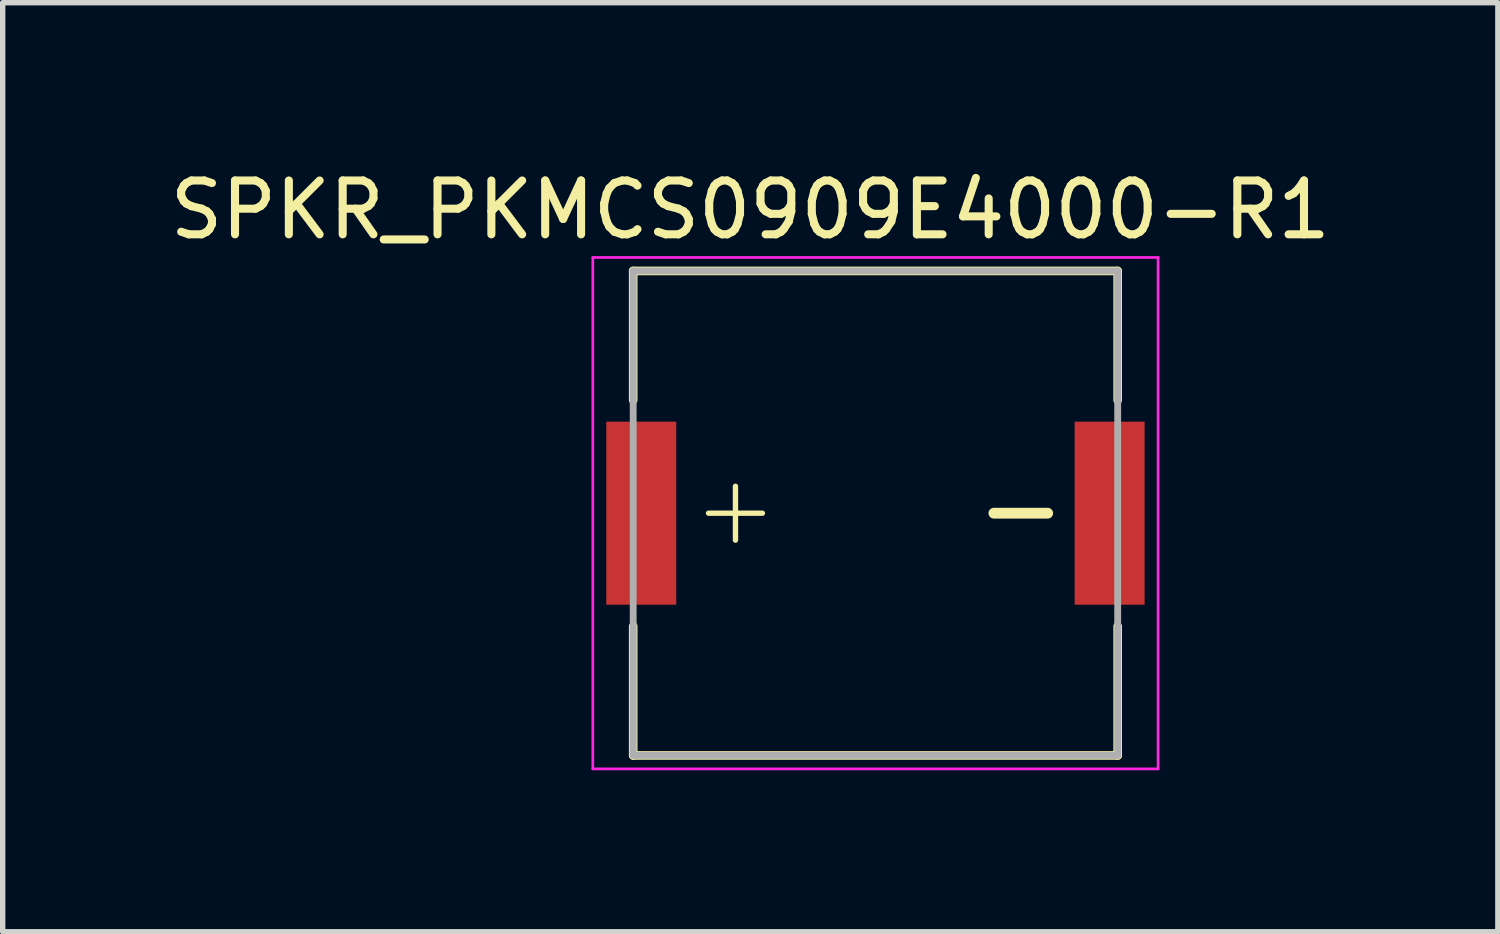
<source format=kicad_pcb>
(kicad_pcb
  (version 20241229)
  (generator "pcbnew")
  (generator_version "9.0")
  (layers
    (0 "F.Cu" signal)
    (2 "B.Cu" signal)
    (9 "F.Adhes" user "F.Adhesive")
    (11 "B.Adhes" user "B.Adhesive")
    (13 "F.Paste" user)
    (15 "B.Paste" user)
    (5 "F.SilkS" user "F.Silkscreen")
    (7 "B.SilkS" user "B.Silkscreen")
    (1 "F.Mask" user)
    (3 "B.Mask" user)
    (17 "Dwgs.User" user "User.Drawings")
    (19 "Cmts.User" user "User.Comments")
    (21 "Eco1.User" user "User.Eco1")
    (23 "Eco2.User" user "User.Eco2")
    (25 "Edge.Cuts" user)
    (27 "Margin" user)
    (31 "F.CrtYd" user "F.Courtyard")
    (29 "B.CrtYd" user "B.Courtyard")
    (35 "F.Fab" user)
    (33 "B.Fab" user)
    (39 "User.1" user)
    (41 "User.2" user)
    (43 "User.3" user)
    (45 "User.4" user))
  (footprint "SPKR_PKMCS0909E4000-R1"
    (layer "F.Cu")
    (at 13.212 6.483)
    (property "Reference" "SPKR_PKMCS0909E4000-R1" (at -2.325 -5.635 0) (layer "F.SilkS") (effects (font (size 1 1) (thickness 0.15))))
    (attr smd)
    (fp_line (start -4.5 -4.5) (end 4.5 -4.5) (stroke (width 0.16) (type solid)) (layer "F.SilkS"))
    (fp_line (start -4.5 -2.1) (end -4.5 -4.5) (stroke (width 0.16) (type solid)) (layer "F.SilkS"))
    (fp_line (start -4.5 4.5) (end -4.5 2.1) (stroke (width 0.16) (type solid)) (layer "F.SilkS"))
    (fp_line (start -3.1 0) (end -2.1 0) (stroke (width 0.1) (type default)) (layer "F.SilkS"))
    (fp_line (start -2.6 -0.5) (end -2.6 0.5) (stroke (width 0.1) (type default)) (layer "F.SilkS"))
    (fp_line (start 2.2 0) (end 3.2 0) (stroke (width 0.2) (type solid)) (layer "F.SilkS"))
    (fp_line (start 4.5 -4.5) (end 4.5 -2.1) (stroke (width 0.16) (type solid)) (layer "F.SilkS"))
    (fp_line (start 4.5 2.1) (end 4.5 4.5) (stroke (width 0.16) (type solid)) (layer "F.SilkS"))
    (fp_line (start 4.5 4.5) (end -4.5 4.5) (stroke (width 0.16) (type solid)) (layer "F.SilkS"))
    (fp_line (start -5.25 -4.75) (end -5.25 4.75) (stroke (width 0.05) (type solid)) (layer "F.CrtYd"))
    (fp_line (start -5.25 4.75) (end 5.25 4.75) (stroke (width 0.05) (type solid)) (layer "F.CrtYd"))
    (fp_line (start 5.25 -4.75) (end -5.25 -4.75) (stroke (width 0.05) (type solid)) (layer "F.CrtYd"))
    (fp_line (start 5.25 4.75) (end 5.25 -4.75) (stroke (width 0.05) (type solid)) (layer "F.CrtYd"))
    (fp_line (start -4.5 -4.5) (end 4.5 -4.5) (stroke (width 0.127) (type solid)) (layer "F.Fab"))
    (fp_line (start -4.5 4.5) (end -4.5 -4.5) (stroke (width 0.127) (type solid)) (layer "F.Fab"))
    (fp_line (start 4.5 -4.5) (end 4.5 4.5) (stroke (width 0.127) (type solid)) (layer "F.Fab"))
    (fp_line (start 4.5 4.5) (end -4.5 4.5) (stroke (width 0.127) (type solid)) (layer "F.Fab"))
    (pad "1" smd rect (at -4.35 0) (size 1.3 3.4) (layers "F.Cu" "F.Mask" "F.Paste"))
    (pad "2" smd rect (at 4.35 0) (size 1.3 3.4) (layers "F.Cu" "F.Mask" "F.Paste"))
    (zone (net_name "") (layer "F.Cu") (hatch edge 0.5) (connect_pads) (min_thickness 0.25) (filled_areas_thickness no) (keepout (tracks allowed) (vias allowed) (pads allowed) (copperpour not_allowed) (footprints allowed)) (placement (enabled no)) (fill) (polygon (pts (xy 9.812 8.483) (xy 7.912 8.483) (xy 7.912 4.483) (xy 9.812 4.483))))
    (zone (net_name "") (layer "F.Cu") (hatch edge 0.5) (connect_pads) (min_thickness 0.25) (filled_areas_thickness no) (keepout (tracks allowed) (vias allowed) (pads allowed) (copperpour not_allowed) (footprints allowed)) (placement (enabled no)) (fill) (polygon (pts (xy 18.512 8.483) (xy 16.612 8.483) (xy 16.612 4.483) (xy 18.512 4.483)))))
  (gr_rect
    (start -3 -3)
    (end 24.774 14.258)
    (stroke (width 0.1) (type default))
    (fill no)
    (layer "Edge.Cuts")))
</source>
